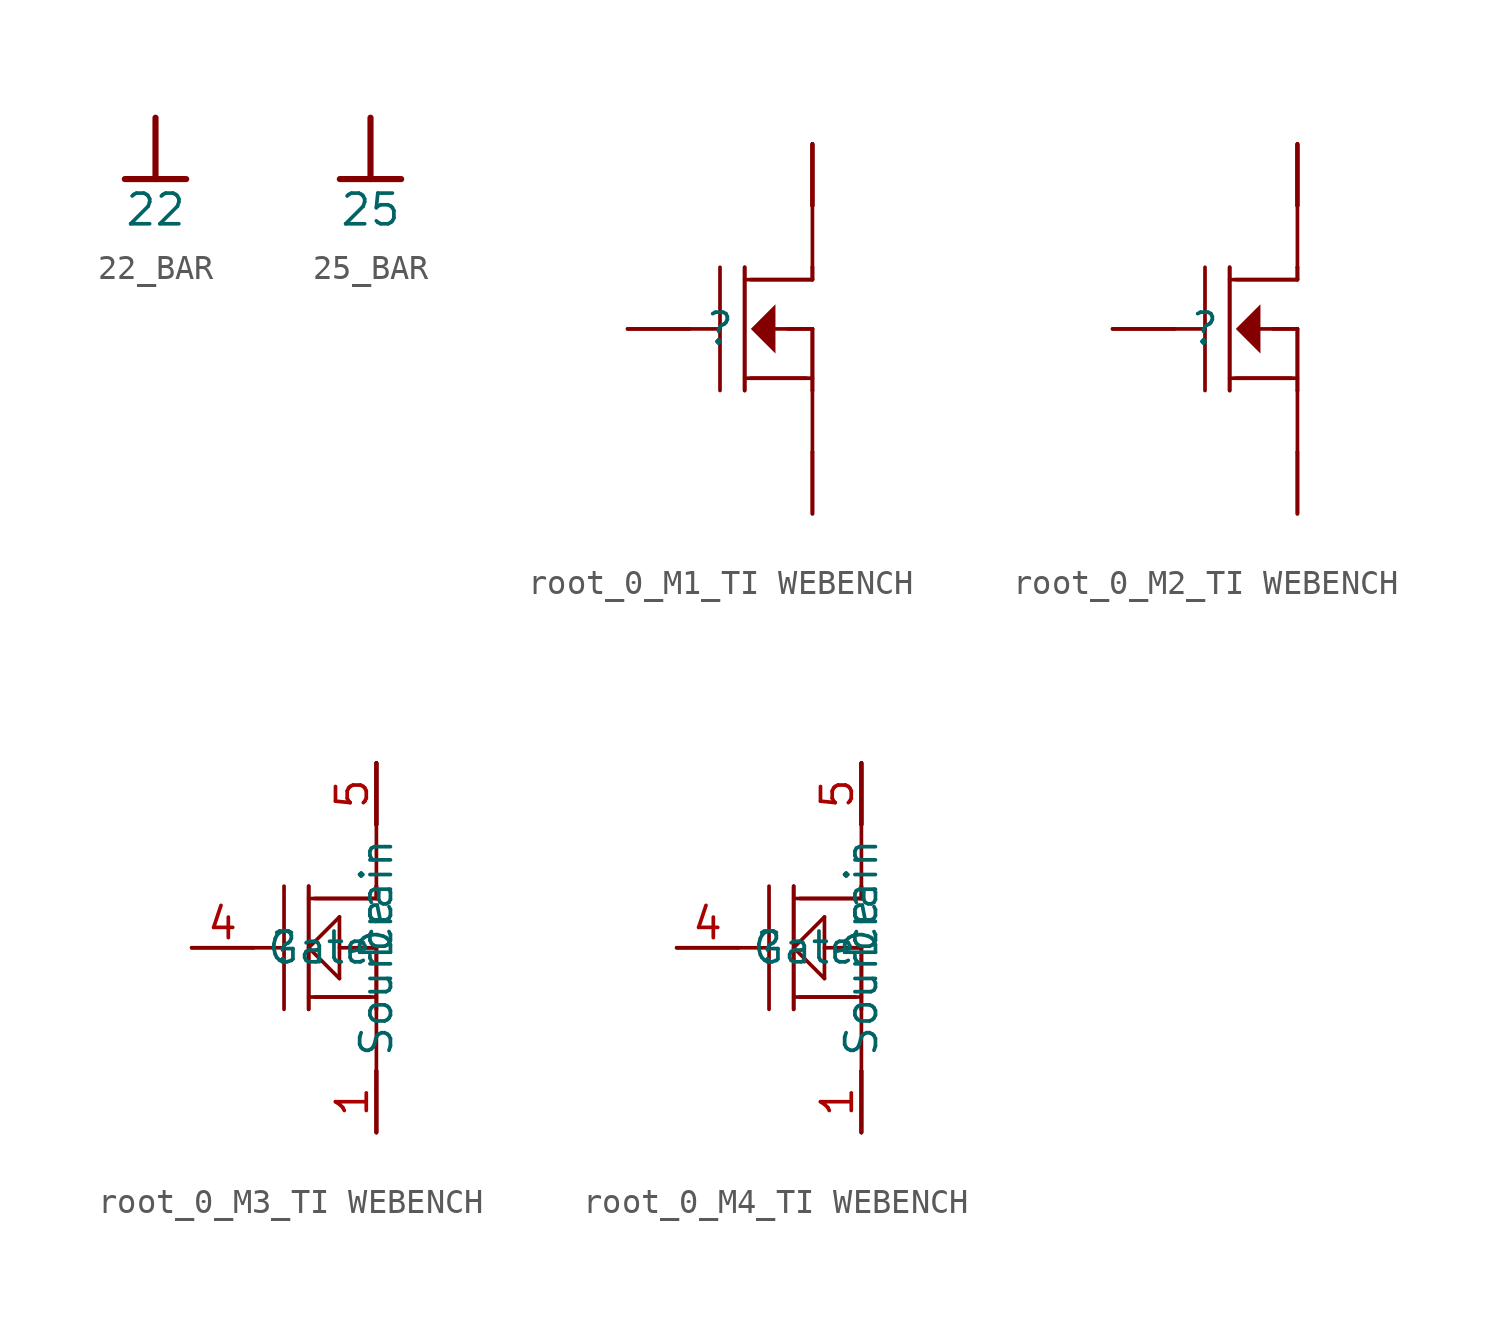
<source format=kicad_sym>
(kicad_symbol_lib
  (version 20241209)
  (generator "kicad_symbol_editor")
  (generator_version "9.0")
  (symbol "22_BAR"
    (power)
    (property "Reference" "#PWR"
      (at 0 0 0)
      (effects (font (size 1.27 1.27)) (hide yes)))
    (property "Value" "22"
      (at 0 -3.81 0)
      (effects (font (size 1.27 1.27))))
    (symbol "22_BAR_0_0"
      (polyline (pts (xy -1.27 -2.54) (xy 1.27 -2.54)) (stroke (width 0.254) (type solid)) (fill (type none)))
      (polyline (pts (xy 0 0) (xy 0 -2.54)) (stroke (width 0.254) (type solid)) (fill (type none)))
      (pin power_in line (at 0 0 0) (length 0) (hide yes) (name "22" (effects (font (size 1.27 1.27)))) (number "" (effects (font (size 1.27 1.27)))))))
  (symbol "25_BAR"
    (power)
    (property "Reference" "#PWR"
      (at 0 0 0)
      (effects (font (size 1.27 1.27)) (hide yes)))
    (property "Value" "25"
      (at 0 -3.81 0)
      (effects (font (size 1.27 1.27))))
    (symbol "25_BAR_0_0"
      (polyline (pts (xy -1.27 -2.54) (xy 1.27 -2.54)) (stroke (width 0.254) (type solid)) (fill (type none)))
      (polyline (pts (xy 0 0) (xy 0 -2.54)) (stroke (width 0.254) (type solid)) (fill (type none)))
      (pin power_in line (at 0 0 0) (length 0) (hide yes) (name "25" (effects (font (size 1.27 1.27)))) (number "" (effects (font (size 1.27 1.27)))))))
  (symbol "root_0_M1_TI WEBENCH"
    (pin_numbers
      (hide yes))
    (pin_names
      (hide yes))
    (property "Reference" ""
      (at 0 0 0)
      (effects (font (size 1.27 1.27))))
    (property "Value" ""
      (at 0 0 0)
      (effects (font (size 1.27 1.27))))
    (symbol "root_0_M1_TI WEBENCH_1_0"
      (polyline (pts (xy -3.81 0) (xy -1.27 0)) (stroke (width 0) (type solid)) (fill (type none)))
      (polyline (pts (xy -1.27 0) (xy 0 0)) (stroke (width 0) (type solid)) (fill (type none)))
      (polyline (pts (xy 0 -2.54) (xy 0 2.54)) (stroke (width 0) (type solid)) (fill (type none)))
      (polyline (pts (xy 1.016 2.54) (xy 1.016 -2.54)) (stroke (width 0) (type solid)) (fill (type none)))
      (polyline (pts (xy 1.016 2.54) (xy 1.016 -2.54)) (stroke (width 0) (type solid)) (fill (type none)))
      (polyline (pts (xy 1.016 -2.032) (xy 3.81 -2.032)) (stroke (width 0) (type solid)) (fill (type none)))
      (polyline (pts (xy 1.27 0) (xy 2.286 1.016) (xy 2.286 -1.016) (xy 1.27 0)) (stroke (width -0.0001) (type solid)) (fill (type outline)))
      (polyline (pts (xy 1.27 -2.032) (xy 3.556 -2.032)) (stroke (width 0) (type solid)) (fill (type none)))
      (polyline (pts (xy 2.286 0) (xy 3.81 0)) (stroke (width 0) (type solid)) (fill (type none)))
      (polyline (pts (xy 2.794 0) (xy 3.81 0)) (stroke (width 0) (type solid)) (fill (type none)))
      (polyline (pts (xy 3.81 7.62) (xy 3.81 5.08)) (stroke (width 0) (type solid)) (fill (type none)))
      (polyline (pts (xy 3.81 5.08) (xy 3.81 2.54)) (stroke (width 0) (type solid)) (fill (type none)))
      (polyline (pts (xy 3.81 2.54) (xy 3.81 2.032)) (stroke (width 0) (type solid)) (fill (type none)))
      (polyline (pts (xy 3.81 2.54) (xy 3.81 2.032)) (stroke (width 0) (type solid)) (fill (type none)))
      (polyline (pts (xy 3.81 2.032) (xy 1.016 2.032)) (stroke (width 0) (type solid)) (fill (type none)))
      (polyline (pts (xy 3.81 2.032) (xy 1.27 2.032)) (stroke (width 0) (type solid)) (fill (type none)))
      (polyline (pts (xy 3.81 0) (xy 3.81 -2.54)) (stroke (width 0) (type solid)) (fill (type none)))
      (polyline (pts (xy 3.81 0) (xy 3.81 -2.54)) (stroke (width 0) (type solid)) (fill (type none)))
      (polyline (pts (xy 3.81 -2.54) (xy 3.81 -5.08)) (stroke (width 0) (type solid)) (fill (type none)))
      (polyline (pts (xy 3.81 -7.62) (xy 3.81 -5.08)) (stroke (width 0) (type solid)) (fill (type none)))
      (pin passive line (at -3.81 0 0) (length 2.54) (name "Gate" (effects (font (size 1.27 1.27)))) (number "3" (effects (font (size 1.27 1.27)))))
      (pin passive line (at 3.81 7.62 270) (length 2.54) (name "Drain" (effects (font (size 1.27 1.27)))) (number "1" (effects (font (size 1.27 1.27)))))
      (pin passive line (at 3.81 7.62 270) (length 2.54) (name "Drain" (effects (font (size 1.27 1.27)))) (number "2" (effects (font (size 1.27 1.27)))))
      (pin passive line (at 3.81 7.62 270) (length 2.54) (name "Drain" (effects (font (size 1.27 1.27)))) (number "5" (effects (font (size 1.27 1.27)))))
      (pin passive line (at 3.81 7.62 270) (length 2.54) (name "Drain" (effects (font (size 1.27 1.27)))) (number "6" (effects (font (size 1.27 1.27)))))
      (pin passive line (at 3.81 -7.62 90) (length 2.54) (name "Source" (effects (font (size 1.27 1.27)))) (number "4" (effects (font (size 1.27 1.27)))))))
  (symbol "root_0_M2_TI WEBENCH"
    (pin_numbers
      (hide yes))
    (pin_names
      (hide yes))
    (property "Reference" ""
      (at 0 0 0)
      (effects (font (size 1.27 1.27))))
    (property "Value" ""
      (at 0 0 0)
      (effects (font (size 1.27 1.27))))
    (symbol "root_0_M2_TI WEBENCH_1_0"
      (polyline (pts (xy -3.81 0) (xy -1.27 0)) (stroke (width 0) (type solid)) (fill (type none)))
      (polyline (pts (xy -1.27 0) (xy 0 0)) (stroke (width 0) (type solid)) (fill (type none)))
      (polyline (pts (xy 0 -2.54) (xy 0 2.54)) (stroke (width 0) (type solid)) (fill (type none)))
      (polyline (pts (xy 1.016 2.54) (xy 1.016 -2.54)) (stroke (width 0) (type solid)) (fill (type none)))
      (polyline (pts (xy 1.016 2.54) (xy 1.016 -2.54)) (stroke (width 0) (type solid)) (fill (type none)))
      (polyline (pts (xy 1.016 -2.032) (xy 3.81 -2.032)) (stroke (width 0) (type solid)) (fill (type none)))
      (polyline (pts (xy 1.27 0) (xy 2.286 1.016) (xy 2.286 -1.016) (xy 1.27 0)) (stroke (width -0.0001) (type solid)) (fill (type outline)))
      (polyline (pts (xy 1.27 -2.032) (xy 3.556 -2.032)) (stroke (width 0) (type solid)) (fill (type none)))
      (polyline (pts (xy 2.286 0) (xy 3.81 0)) (stroke (width 0) (type solid)) (fill (type none)))
      (polyline (pts (xy 2.794 0) (xy 3.81 0)) (stroke (width 0) (type solid)) (fill (type none)))
      (polyline (pts (xy 3.81 7.62) (xy 3.81 5.08)) (stroke (width 0) (type solid)) (fill (type none)))
      (polyline (pts (xy 3.81 5.08) (xy 3.81 2.54)) (stroke (width 0) (type solid)) (fill (type none)))
      (polyline (pts (xy 3.81 2.54) (xy 3.81 2.032)) (stroke (width 0) (type solid)) (fill (type none)))
      (polyline (pts (xy 3.81 2.54) (xy 3.81 2.032)) (stroke (width 0) (type solid)) (fill (type none)))
      (polyline (pts (xy 3.81 2.032) (xy 1.016 2.032)) (stroke (width 0) (type solid)) (fill (type none)))
      (polyline (pts (xy 3.81 2.032) (xy 1.27 2.032)) (stroke (width 0) (type solid)) (fill (type none)))
      (polyline (pts (xy 3.81 0) (xy 3.81 -2.54)) (stroke (width 0) (type solid)) (fill (type none)))
      (polyline (pts (xy 3.81 0) (xy 3.81 -2.54)) (stroke (width 0) (type solid)) (fill (type none)))
      (polyline (pts (xy 3.81 -2.54) (xy 3.81 -5.08)) (stroke (width 0) (type solid)) (fill (type none)))
      (polyline (pts (xy 3.81 -7.62) (xy 3.81 -5.08)) (stroke (width 0) (type solid)) (fill (type none)))
      (pin passive line (at -3.81 0 0) (length 2.54) (name "Gate" (effects (font (size 1.27 1.27)))) (number "3" (effects (font (size 1.27 1.27)))))
      (pin passive line (at 3.81 7.62 270) (length 2.54) (name "Drain" (effects (font (size 1.27 1.27)))) (number "1" (effects (font (size 1.27 1.27)))))
      (pin passive line (at 3.81 7.62 270) (length 2.54) (name "Drain" (effects (font (size 1.27 1.27)))) (number "2" (effects (font (size 1.27 1.27)))))
      (pin passive line (at 3.81 7.62 270) (length 2.54) (name "Drain" (effects (font (size 1.27 1.27)))) (number "5" (effects (font (size 1.27 1.27)))))
      (pin passive line (at 3.81 7.62 270) (length 2.54) (name "Drain" (effects (font (size 1.27 1.27)))) (number "6" (effects (font (size 1.27 1.27)))))
      (pin passive line (at 3.81 -7.62 90) (length 2.54) (name "Source" (effects (font (size 1.27 1.27)))) (number "4" (effects (font (size 1.27 1.27)))))))
  (symbol "root_0_M3_TI WEBENCH"
    (property "Reference" ""
      (at 0 0 0)
      (effects (font (size 1.27 1.27))))
    (property "Value" ""
      (at 0 0 0)
      (effects (font (size 1.27 1.27))))
    (symbol "root_0_M3_TI WEBENCH_1_0"
      (polyline (pts (xy -3.81 0) (xy -1.27 0)) (stroke (width 0) (type solid)) (fill (type none)))
      (polyline (pts (xy -1.27 0) (xy 0 0)) (stroke (width 0) (type solid)) (fill (type none)))
      (polyline (pts (xy 0 -2.54) (xy 0 2.54)) (stroke (width 0) (type solid)) (fill (type none)))
      (polyline (pts (xy 1.016 2.54) (xy 1.016 -2.54)) (stroke (width 0) (type solid)) (fill (type none)))
      (polyline (pts (xy 1.016 2.54) (xy 1.016 -2.54)) (stroke (width 0) (type solid)) (fill (type none)))
      (polyline (pts (xy 1.016 0) (xy 2.286 1.27)) (stroke (width 0) (type solid)) (fill (type none)))
      (polyline (pts (xy 1.016 -2.032) (xy 3.81 -2.032)) (stroke (width 0) (type solid)) (fill (type none)))
      (polyline (pts (xy 1.27 -2.032) (xy 3.556 -2.032)) (stroke (width 0) (type solid)) (fill (type none)))
      (polyline (pts (xy 2.286 1.27) (xy 2.286 -1.27)) (stroke (width 0) (type solid)) (fill (type none)))
      (polyline (pts (xy 2.286 0) (xy 3.81 0)) (stroke (width 0) (type solid)) (fill (type none)))
      (polyline (pts (xy 2.286 -1.27) (xy 1.016 0)) (stroke (width 0) (type solid)) (fill (type none)))
      (polyline (pts (xy 2.794 0) (xy 3.81 0)) (stroke (width 0) (type solid)) (fill (type none)))
      (polyline (pts (xy 3.81 7.62) (xy 3.81 5.08)) (stroke (width 0) (type solid)) (fill (type none)))
      (polyline (pts (xy 3.81 5.08) (xy 3.81 2.54)) (stroke (width 0) (type solid)) (fill (type none)))
      (polyline (pts (xy 3.81 2.54) (xy 3.81 2.032)) (stroke (width 0) (type solid)) (fill (type none)))
      (polyline (pts (xy 3.81 2.54) (xy 3.81 2.032)) (stroke (width 0) (type solid)) (fill (type none)))
      (polyline (pts (xy 3.81 2.032) (xy 1.016 2.032)) (stroke (width 0) (type solid)) (fill (type none)))
      (polyline (pts (xy 3.81 2.032) (xy 1.27 2.032)) (stroke (width 0) (type solid)) (fill (type none)))
      (polyline (pts (xy 3.81 0) (xy 3.81 -2.54)) (stroke (width 0) (type solid)) (fill (type none)))
      (polyline (pts (xy 3.81 0) (xy 3.81 -2.54)) (stroke (width 0) (type solid)) (fill (type none)))
      (polyline (pts (xy 3.81 -2.54) (xy 3.81 -5.08)) (stroke (width 0) (type solid)) (fill (type none)))
      (polyline (pts (xy 3.81 -7.62) (xy 3.81 -5.08)) (stroke (width 0) (type solid)) (fill (type none)))
      (pin passive line (at -3.81 0 0) (length 2.54) (name "Gate" (effects (font (size 1.27 1.27)))) (number "4" (effects (font (size 1.27 1.27)))))
      (pin passive line (at 3.81 7.62 270) (length 2.54) (name "Drain" (effects (font (size 1.27 1.27)))) (number "5" (effects (font (size 1.27 1.27)))))
      (pin passive line (at 3.81 7.62 270) (length 2.54) (name "Drain" (effects (font (size 0 0)))) (number "6" (effects (font (size 0 0)))))
      (pin passive line (at 3.81 7.62 270) (length 2.54) (name "Drain" (effects (font (size 0 0)))) (number "7" (effects (font (size 0 0)))))
      (pin passive line (at 3.81 7.62 270) (length 2.54) (name "Drain" (effects (font (size 0 0)))) (number "8" (effects (font (size 0 0)))))
      (pin passive line (at 3.81 7.62 270) (length 2.54) (name "Drain" (effects (font (size 0 0)))) (number "9" (effects (font (size 0 0)))))
      (pin passive line (at 3.81 -7.62 90) (length 2.54) (name "Source" (effects (font (size 1.27 1.27)))) (number "1" (effects (font (size 1.27 1.27)))))
      (pin passive line (at 3.81 -7.62 90) (length 2.54) (name "Source" (effects (font (size 0 0)))) (number "2" (effects (font (size 0 0)))))
      (pin passive line (at 3.81 -7.62 90) (length 2.54) (name "Source" (effects (font (size 0 0)))) (number "3" (effects (font (size 0 0)))))))
  (symbol "root_0_M4_TI WEBENCH"
    (property "Reference" ""
      (at 0 0 0)
      (effects (font (size 1.27 1.27))))
    (property "Value" ""
      (at 0 0 0)
      (effects (font (size 1.27 1.27))))
    (symbol "root_0_M4_TI WEBENCH_1_0"
      (polyline (pts (xy -3.81 0) (xy -1.27 0)) (stroke (width 0) (type solid)) (fill (type none)))
      (polyline (pts (xy -1.27 0) (xy 0 0)) (stroke (width 0) (type solid)) (fill (type none)))
      (polyline (pts (xy 0 -2.54) (xy 0 2.54)) (stroke (width 0) (type solid)) (fill (type none)))
      (polyline (pts (xy 1.016 2.54) (xy 1.016 -2.54)) (stroke (width 0) (type solid)) (fill (type none)))
      (polyline (pts (xy 1.016 2.54) (xy 1.016 -2.54)) (stroke (width 0) (type solid)) (fill (type none)))
      (polyline (pts (xy 1.016 0) (xy 2.286 1.27)) (stroke (width 0) (type solid)) (fill (type none)))
      (polyline (pts (xy 1.016 -2.032) (xy 3.81 -2.032)) (stroke (width 0) (type solid)) (fill (type none)))
      (polyline (pts (xy 1.27 -2.032) (xy 3.556 -2.032)) (stroke (width 0) (type solid)) (fill (type none)))
      (polyline (pts (xy 2.286 1.27) (xy 2.286 -1.27)) (stroke (width 0) (type solid)) (fill (type none)))
      (polyline (pts (xy 2.286 0) (xy 3.81 0)) (stroke (width 0) (type solid)) (fill (type none)))
      (polyline (pts (xy 2.286 -1.27) (xy 1.016 0)) (stroke (width 0) (type solid)) (fill (type none)))
      (polyline (pts (xy 2.794 0) (xy 3.81 0)) (stroke (width 0) (type solid)) (fill (type none)))
      (polyline (pts (xy 3.81 7.62) (xy 3.81 5.08)) (stroke (width 0) (type solid)) (fill (type none)))
      (polyline (pts (xy 3.81 5.08) (xy 3.81 2.54)) (stroke (width 0) (type solid)) (fill (type none)))
      (polyline (pts (xy 3.81 2.54) (xy 3.81 2.032)) (stroke (width 0) (type solid)) (fill (type none)))
      (polyline (pts (xy 3.81 2.54) (xy 3.81 2.032)) (stroke (width 0) (type solid)) (fill (type none)))
      (polyline (pts (xy 3.81 2.032) (xy 1.016 2.032)) (stroke (width 0) (type solid)) (fill (type none)))
      (polyline (pts (xy 3.81 2.032) (xy 1.27 2.032)) (stroke (width 0) (type solid)) (fill (type none)))
      (polyline (pts (xy 3.81 0) (xy 3.81 -2.54)) (stroke (width 0) (type solid)) (fill (type none)))
      (polyline (pts (xy 3.81 0) (xy 3.81 -2.54)) (stroke (width 0) (type solid)) (fill (type none)))
      (polyline (pts (xy 3.81 -2.54) (xy 3.81 -5.08)) (stroke (width 0) (type solid)) (fill (type none)))
      (polyline (pts (xy 3.81 -7.62) (xy 3.81 -5.08)) (stroke (width 0) (type solid)) (fill (type none)))
      (pin passive line (at -3.81 0 0) (length 2.54) (name "Gate" (effects (font (size 1.27 1.27)))) (number "4" (effects (font (size 1.27 1.27)))))
      (pin passive line (at 3.81 7.62 270) (length 2.54) (name "Drain" (effects (font (size 1.27 1.27)))) (number "5" (effects (font (size 1.27 1.27)))))
      (pin passive line (at 3.81 7.62 270) (length 2.54) (name "Drain" (effects (font (size 0 0)))) (number "6" (effects (font (size 0 0)))))
      (pin passive line (at 3.81 7.62 270) (length 2.54) (name "Drain" (effects (font (size 0 0)))) (number "7" (effects (font (size 0 0)))))
      (pin passive line (at 3.81 7.62 270) (length 2.54) (name "Drain" (effects (font (size 0 0)))) (number "8" (effects (font (size 0 0)))))
      (pin passive line (at 3.81 7.62 270) (length 2.54) (name "Drain" (effects (font (size 0 0)))) (number "9" (effects (font (size 0 0)))))
      (pin passive line (at 3.81 -7.62 90) (length 2.54) (name "Source" (effects (font (size 1.27 1.27)))) (number "1" (effects (font (size 1.27 1.27)))))
      (pin passive line (at 3.81 -7.62 90) (length 2.54) (name "Source" (effects (font (size 0 0)))) (number "2" (effects (font (size 0 0)))))
      (pin passive line (at 3.81 -7.62 90) (length 2.54) (name "Source" (effects (font (size 0 0)))) (number "3" (effects (font (size 0 0))))))))
</source>
